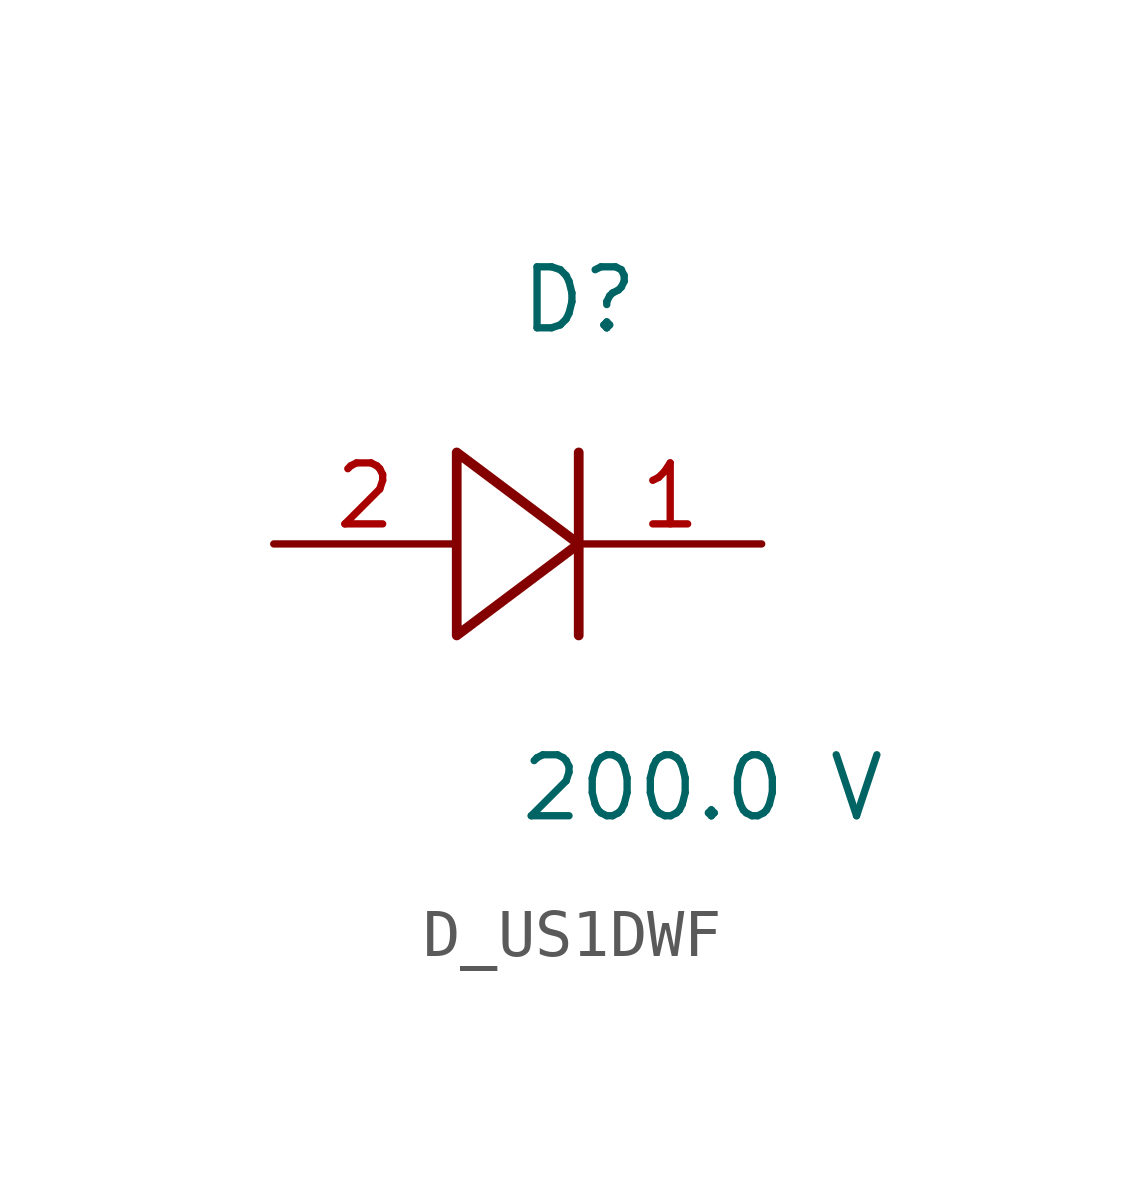
<source format=kicad_sym>
(kicad_symbol_lib
  (version 20231120)
  (generator kicad_symbol_editor)
  (generator_version 8.0)
  (symbol "D_US1DWF"
    (pin_names
      (offset 0.254))
    (property "Reference" "D"
      (at 0.0 5.08 0)
      (effects (font (size 1.27 1.27)) (justify left)))
    (property "Value" "200.0 V"
      (at 0.0 -5.08 0)
      (effects (font (size 1.27 1.27)) (justify left)))
    (symbol "D_US1DWF_1_0"
      (polyline (pts (xy 1.27 1.905) (xy 1.27 0) (xy -1.27 1.905) (xy -1.27 -1.905) (xy 1.27 0) (xy 1.27 -1.905)) (stroke (width 0.203) (type default)) (fill (type none)))
      (pin unspecified line (at 5.08 0 180) (length 3.81) (name "" (effects (font (size 1.27 1.27)))) (number "1" (effects (font (size 1.27 1.27)))))
      (pin unspecified line (at -5.08 0 0) (length 3.81) (name "" (effects (font (size 1.27 1.27)))) (number "2" (effects (font (size 1.27 1.27))))))))
</source>
